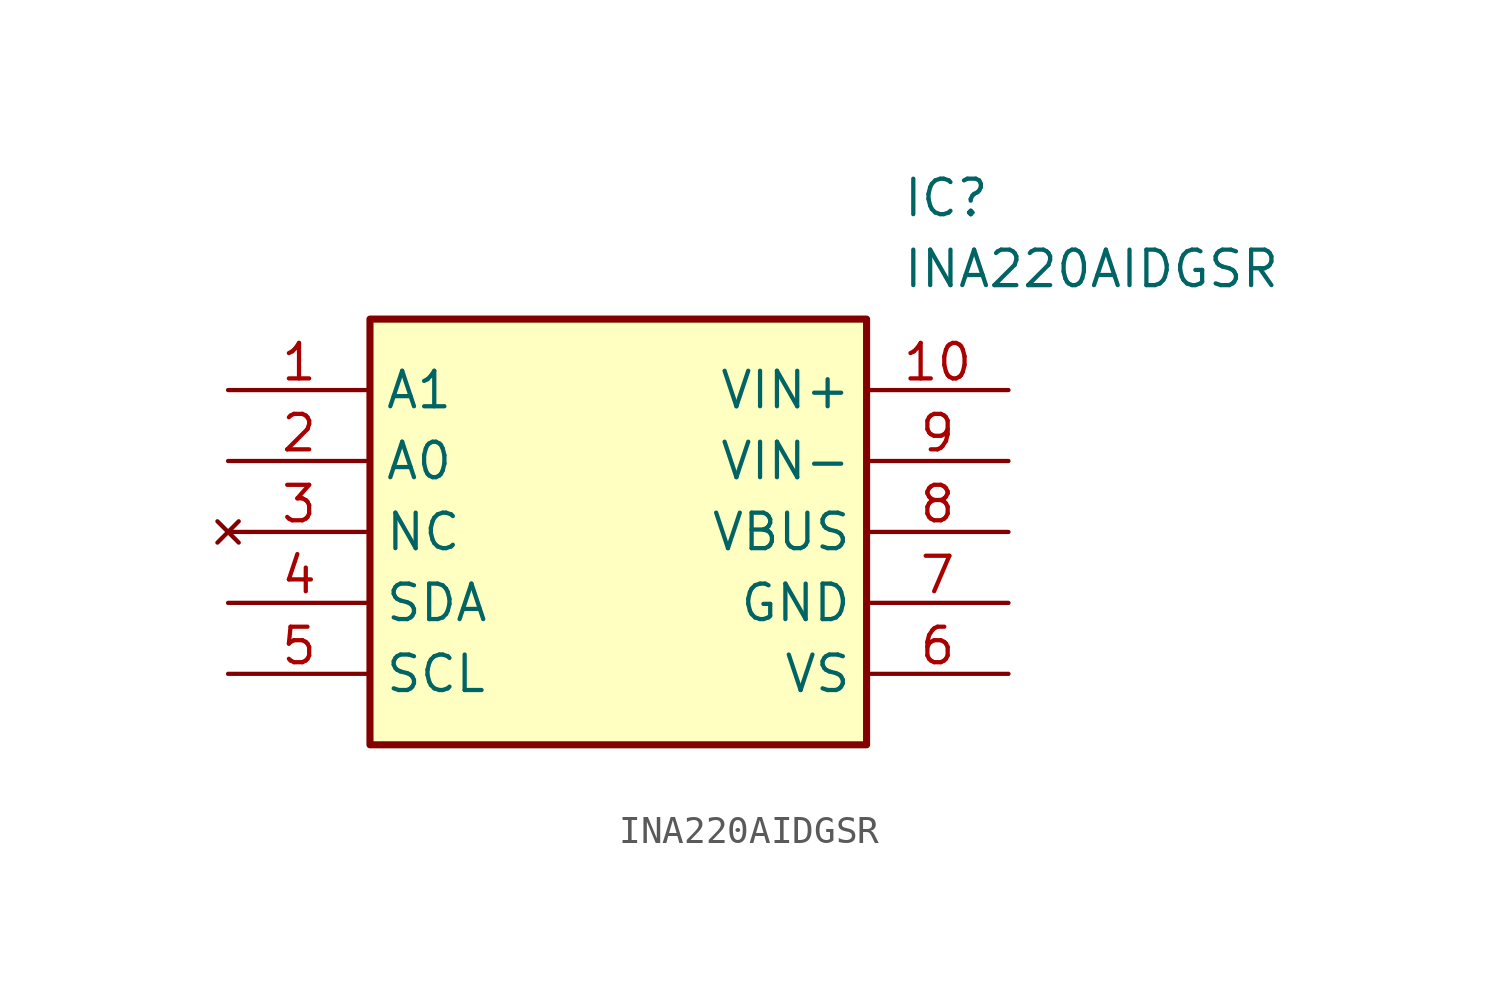
<source format=kicad_sym>
(kicad_symbol_lib
  (version 20211014)
  (generator SamacSys_ECAD_Model)
  (symbol "INA220AIDGSR"
    (property "Reference" "IC"
      (at 24.13 7.62 0)
      (effects (font (size 1.27 1.27)) (justify left top)))
    (property "Value" "INA220AIDGSR"
      (at 24.13 5.08 0)
      (effects (font (size 1.27 1.27)) (justify left top)))
    (rectangle
      (start 5.08 2.54)
      (end 22.86 -12.7)
      (stroke (width 0.254) (type default))
      (fill (type background)))
    (pin passive line
      (at 0 0 0)
      (length 5.08)
      (name "A1" (effects (font (size 1.27 1.27))))
      (number "1" (effects (font (size 1.27 1.27)))))
    (pin passive line
      (at 0 -2.54 0)
      (length 5.08)
      (name "A0" (effects (font (size 1.27 1.27))))
      (number "2" (effects (font (size 1.27 1.27)))))
    (pin no_connect line
      (at 0 -5.08 0)
      (length 5.08)
      (name "NC" (effects (font (size 1.27 1.27))))
      (number "3" (effects (font (size 1.27 1.27)))))
    (pin passive line
      (at 0 -7.62 0)
      (length 5.08)
      (name "SDA" (effects (font (size 1.27 1.27))))
      (number "4" (effects (font (size 1.27 1.27)))))
    (pin passive line
      (at 0 -10.16 0)
      (length 5.08)
      (name "SCL" (effects (font (size 1.27 1.27))))
      (number "5" (effects (font (size 1.27 1.27)))))
    (pin passive line
      (at 27.94 0 180)
      (length 5.08)
      (name "VIN+" (effects (font (size 1.27 1.27))))
      (number "10" (effects (font (size 1.27 1.27)))))
    (pin passive line
      (at 27.94 -2.54 180)
      (length 5.08)
      (name "VIN-" (effects (font (size 1.27 1.27))))
      (number "9" (effects (font (size 1.27 1.27)))))
    (pin passive line
      (at 27.94 -5.08 180)
      (length 5.08)
      (name "VBUS" (effects (font (size 1.27 1.27))))
      (number "8" (effects (font (size 1.27 1.27)))))
    (pin passive line
      (at 27.94 -7.62 180)
      (length 5.08)
      (name "GND" (effects (font (size 1.27 1.27))))
      (number "7" (effects (font (size 1.27 1.27)))))
    (pin passive line
      (at 27.94 -10.16 180)
      (length 5.08)
      (name "VS" (effects (font (size 1.27 1.27))))
      (number "6" (effects (font (size 1.27 1.27)))))))
</source>
